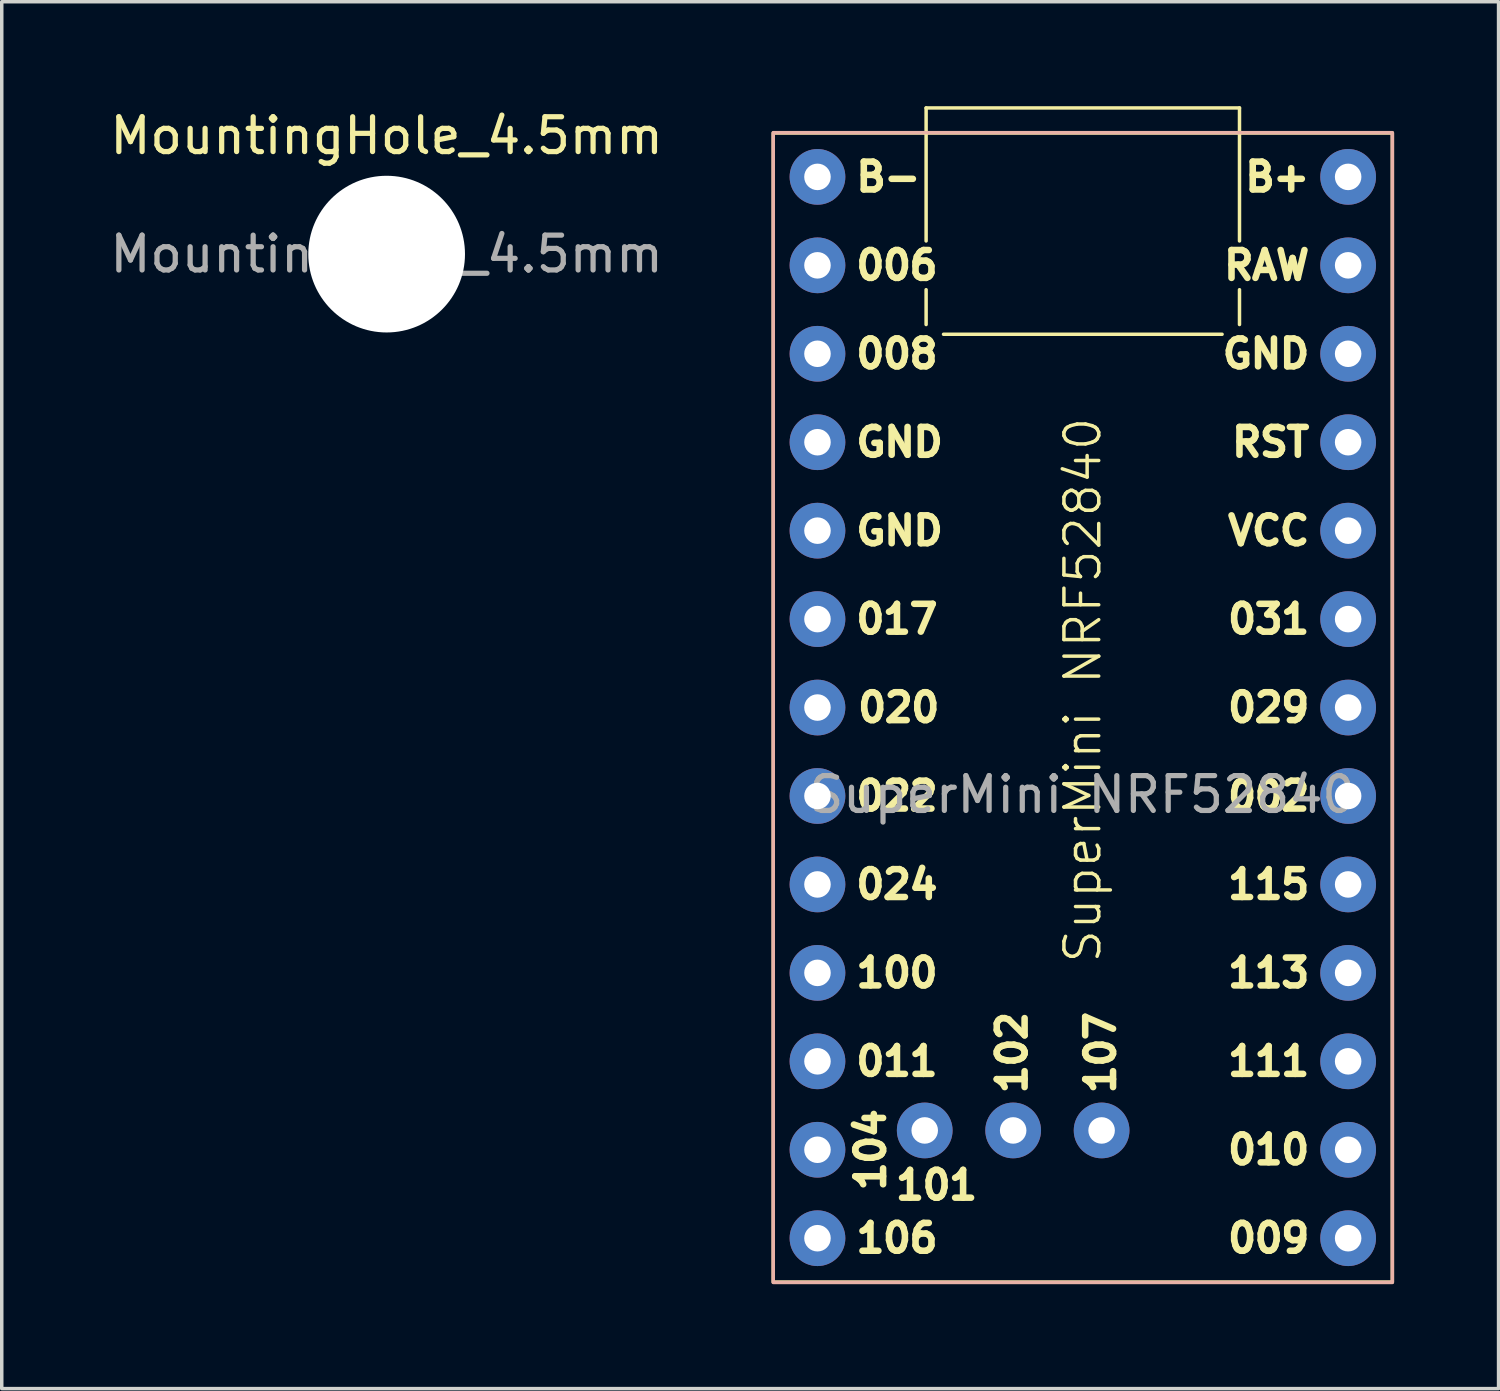
<source format=kicad_pcb>
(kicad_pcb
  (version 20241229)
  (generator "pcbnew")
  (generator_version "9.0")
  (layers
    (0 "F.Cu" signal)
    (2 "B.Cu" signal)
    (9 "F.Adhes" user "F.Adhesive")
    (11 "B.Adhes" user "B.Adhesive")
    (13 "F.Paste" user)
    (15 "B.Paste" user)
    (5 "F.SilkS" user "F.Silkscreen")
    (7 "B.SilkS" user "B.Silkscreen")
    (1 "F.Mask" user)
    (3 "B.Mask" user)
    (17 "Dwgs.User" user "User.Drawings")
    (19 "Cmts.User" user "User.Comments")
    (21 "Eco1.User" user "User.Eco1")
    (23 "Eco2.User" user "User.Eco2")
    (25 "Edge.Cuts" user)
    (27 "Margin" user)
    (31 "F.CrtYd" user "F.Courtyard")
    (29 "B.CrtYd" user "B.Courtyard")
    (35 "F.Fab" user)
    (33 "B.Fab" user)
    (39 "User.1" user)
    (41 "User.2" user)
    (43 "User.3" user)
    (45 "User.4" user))
  (footprint "SuperMini NRF52840"
    (layer "F.Cu")
    (at 28.047 17.27)
    (property "Reference" "SuperMini NRF52840" (at 0 -0.5 90) (unlocked yes) (layer "F.SilkS") (effects (font (size 1 1) (thickness 0.1))))
    (attr through_hole)
    (fp_line (start -4.5 -17.22) (end -4.5 -13.4) (stroke (width 0.1) (type default)) (layer "F.SilkS"))
    (fp_line (start -4.5 -17.22) (end 4.5 -17.22) (stroke (width 0.1) (type default)) (layer "F.SilkS"))
    (fp_line (start -4.5 -11) (end -4.5 -12) (stroke (width 0.1) (type default)) (layer "F.SilkS"))
    (fp_line (start -4 -10.72) (end 4 -10.72) (stroke (width 0.1) (type default)) (layer "F.SilkS"))
    (fp_line (start 4.5 -17.22) (end 4.5 -13.4) (stroke (width 0.1) (type default)) (layer "F.SilkS"))
    (fp_line (start 4.5 -11) (end 4.5 -12) (stroke (width 0.1) (type default)) (layer "F.SilkS"))
    (fp_rect (start -8.89 -16.5) (end 8.89 16.5) (stroke (width 0.1) (type solid)) (fill no) (layer "F.SilkS"))
    (fp_rect (start -8.89 -16.51) (end 8.89 16.51) (stroke (width 0.1) (type default)) (fill no) (layer "B.SilkS"))
    (fp_text user "102" (at -2.032 11.176 90) (unlocked yes) (layer "F.SilkS") (effects (font (size 0.8 0.8) (thickness 0.188) (bold yes)) (justify left)))
    (fp_text user "111" (at 6.604 10.16 0) (unlocked yes) (layer "F.SilkS") (effects (font (size 0.8 0.8) (thickness 0.188) (bold yes)) (justify right)))
    (fp_text user "GND" (at -6.604 -5.08 0) (unlocked yes) (layer "F.SilkS") (effects (font (size 0.8 0.8) (thickness 0.188) (bold yes)) (justify left)))
    (fp_text user "107" (at 0.508 11.176 90) (unlocked yes) (layer "F.SilkS") (effects (font (size 0.8 0.8) (thickness 0.188) (bold yes)) (justify left)))
    (fp_text user "101" (at -4.2 13.716 0) (unlocked yes) (layer "F.SilkS") (effects (font (size 0.8 0.8) (thickness 0.188) (bold yes))))
    (fp_text user "020" (at -6.553 0 0) (unlocked yes) (layer "F.SilkS") (effects (font (size 0.8 0.8) (thickness 0.188) (bold yes)) (justify left)))
    (fp_text user "002" (at 6.604 2.54 0) (unlocked yes) (layer "F.SilkS") (effects (font (size 0.8 0.8) (thickness 0.188) (bold yes)) (justify right)))
    (fp_text user "008" (at -6.604 -10.16 0) (unlocked yes) (layer "F.SilkS") (effects (font (size 0.8 0.8) (thickness 0.188) (bold yes)) (justify left)))
    (fp_text user "B+" (at 6.604 -15.24 0) (unlocked yes) (layer "F.SilkS") (effects (font (size 0.8 0.8) (thickness 0.188) (bold yes)) (justify right)))
    (fp_text user "B-" (at -6.604 -15.24 0) (unlocked yes) (layer "F.SilkS") (effects (font (size 0.8 0.8) (thickness 0.188) (bold yes)) (justify left)))
    (fp_text user "115" (at 6.604 5.08 0) (unlocked yes) (layer "F.SilkS") (effects (font (size 0.8 0.8) (thickness 0.188) (bold yes)) (justify right)))
    (fp_text user "100" (at -6.604 7.62 0) (unlocked yes) (layer "F.SilkS") (effects (font (size 0.8 0.8) (thickness 0.188) (bold yes)) (justify left)))
    (fp_text user "029" (at 6.604 0 0) (unlocked yes) (layer "F.SilkS") (effects (font (size 0.8 0.8) (thickness 0.188) (bold yes)) (justify right)))
    (fp_text user "024" (at -6.604 5.08 0) (unlocked yes) (layer "F.SilkS") (effects (font (size 0.8 0.8) (thickness 0.188) (bold yes)) (justify left)))
    (fp_text user "VCC" (at 6.604 -5.08 0) (unlocked yes) (layer "F.SilkS") (effects (font (size 0.8 0.8) (thickness 0.188) (bold yes)) (justify right)))
    (fp_text user "GND" (at 6.604 -10.16 0) (unlocked yes) (layer "F.SilkS") (effects (font (size 0.8 0.8) (thickness 0.188) (bold yes)) (justify right)))
    (fp_text user "RAW" (at 6.604 -12.7 0) (unlocked yes) (layer "F.SilkS") (effects (font (size 0.8 0.8) (thickness 0.188) (bold yes)) (justify right)))
    (fp_text user "010" (at 6.604 12.7 0) (unlocked yes) (layer "F.SilkS") (effects (font (size 0.8 0.8) (thickness 0.188) (bold yes)) (justify right)))
    (fp_text user "009" (at 6.604 15.24 0) (unlocked yes) (layer "F.SilkS") (effects (font (size 0.8 0.8) (thickness 0.188) (bold yes)) (justify right)))
    (fp_text user "113" (at 6.604 7.62 0) (unlocked yes) (layer "F.SilkS") (effects (font (size 0.8 0.8) (thickness 0.188) (bold yes)) (justify right)))
    (fp_text user "RST" (at 6.604 -7.62 0) (unlocked yes) (layer "F.SilkS") (effects (font (size 0.8 0.8) (thickness 0.188) (bold yes)) (justify right)))
    (fp_text user "GND" (at -6.604 -7.62 0) (unlocked yes) (layer "F.SilkS") (effects (font (size 0.8 0.8) (thickness 0.188) (bold yes)) (justify left)))
    (fp_text user "104" (at -6.096 12.7 90) (unlocked yes) (layer "F.SilkS") (effects (font (size 0.8 0.8) (thickness 0.188) (bold yes))))
    (fp_text user "106" (at -6.604 15.24 0) (unlocked yes) (layer "F.SilkS") (effects (font (size 0.8 0.8) (thickness 0.188) (bold yes)) (justify left)))
    (fp_text user "031" (at 6.604 -2.54 0) (unlocked yes) (layer "F.SilkS") (effects (font (size 0.8 0.8) (thickness 0.188) (bold yes)) (justify right)))
    (fp_text user "022" (at -6.604 2.54 0) (unlocked yes) (layer "F.SilkS") (effects (font (size 0.8 0.8) (thickness 0.188) (bold yes)) (justify left)))
    (fp_text user "006" (at -6.604 -12.7 0) (unlocked yes) (layer "F.SilkS") (effects (font (size 0.8 0.8) (thickness 0.188) (bold yes)) (justify left)))
    (fp_text user "017" (at -6.604 -2.54 0) (unlocked yes) (layer "F.SilkS") (effects (font (size 0.8 0.8) (thickness 0.188) (bold yes)) (justify left)))
    (fp_text user "011" (at -6.604 10.16 0) (unlocked yes) (layer "F.SilkS") (effects (font (size 0.8 0.8) (thickness 0.188) (bold yes)) (justify left)))
    (fp_text user "${REFERENCE}" (at 0 2.5 0) (unlocked yes) (layer "F.Fab") (effects (font (size 1 1) (thickness 0.15))))
    (pad "1" thru_hole circle (at -7.62 -15.24) (size 1.6 1.6) (drill 0.762) (layers "*.Cu" "*.Mask"))
    (pad "2" thru_hole circle (at -7.62 -12.7) (size 1.6 1.6) (drill 0.762) (layers "*.Cu" "*.Mask"))
    (pad "3" thru_hole circle (at -7.62 -10.16) (size 1.6 1.6) (drill 0.762) (layers "*.Cu" "*.Mask"))
    (pad "4" thru_hole circle (at -7.62 -7.62) (size 1.6 1.6) (drill 0.762) (layers "*.Cu" "*.Mask"))
    (pad "5" thru_hole circle (at -7.62 -5.08) (size 1.6 1.6) (drill 0.762) (layers "*.Cu" "*.Mask"))
    (pad "6" thru_hole circle (at -7.62 -2.54) (size 1.6 1.6) (drill 0.762) (layers "*.Cu" "*.Mask"))
    (pad "7" thru_hole circle (at -7.62 0) (size 1.6 1.6) (drill 0.762) (layers "*.Cu" "*.Mask"))
    (pad "8" thru_hole circle (at -7.62 2.54) (size 1.6 1.6) (drill 0.762) (layers "*.Cu" "*.Mask"))
    (pad "9" thru_hole circle (at -7.62 5.08) (size 1.6 1.6) (drill 0.762) (layers "*.Cu" "*.Mask"))
    (pad "10" thru_hole circle (at -7.62 7.62) (size 1.6 1.6) (drill 0.762) (layers "*.Cu" "*.Mask"))
    (pad "11" thru_hole circle (at -7.62 10.16) (size 1.6 1.6) (drill 0.762) (layers "*.Cu" "*.Mask"))
    (pad "12" thru_hole circle (at -7.62 12.7) (size 1.6 1.6) (drill 0.762) (layers "*.Cu" "*.Mask"))
    (pad "13" thru_hole circle (at -7.62 15.24) (size 1.6 1.6) (drill 0.762) (layers "*.Cu" "*.Mask"))
    (pad "14" thru_hole circle (at 7.62 -15.24) (size 1.6 1.6) (drill 0.762) (layers "*.Cu" "*.Mask"))
    (pad "15" thru_hole circle (at 7.62 -12.7) (size 1.6 1.6) (drill 0.762) (layers "*.Cu" "*.Mask"))
    (pad "16" thru_hole circle (at 7.62 -10.16) (size 1.6 1.6) (drill 0.762) (layers "*.Cu" "*.Mask"))
    (pad "17" thru_hole circle (at 7.62 -7.62) (size 1.6 1.6) (drill 0.762) (layers "*.Cu" "*.Mask"))
    (pad "18" thru_hole circle (at 7.62 -5.08) (size 1.6 1.6) (drill 0.762) (layers "*.Cu" "*.Mask"))
    (pad "19" thru_hole circle (at 7.62 -2.54) (size 1.6 1.6) (drill 0.762) (layers "*.Cu" "*.Mask"))
    (pad "20" thru_hole circle (at 7.62 0) (size 1.6 1.6) (drill 0.762) (layers "*.Cu" "*.Mask"))
    (pad "21" thru_hole circle (at 7.62 2.54) (size 1.6 1.6) (drill 0.762) (layers "*.Cu" "*.Mask"))
    (pad "22" thru_hole circle (at 7.62 5.08) (size 1.6 1.6) (drill 0.762) (layers "*.Cu" "*.Mask"))
    (pad "23" thru_hole circle (at 7.62 7.62) (size 1.6 1.6) (drill 0.762) (layers "*.Cu" "*.Mask"))
    (pad "24" thru_hole circle (at 7.62 10.16) (size 1.6 1.6) (drill 0.762) (layers "*.Cu" "*.Mask"))
    (pad "25" thru_hole circle (at 7.62 12.7) (size 1.6 1.6) (drill 0.762) (layers "*.Cu" "*.Mask"))
    (pad "26" thru_hole circle (at 7.62 15.24) (size 1.6 1.6) (drill 0.762) (layers "*.Cu" "*.Mask"))
    (pad "27" thru_hole circle (at -4.54 12.145) (size 1.6 1.6) (drill 0.762) (layers "*.Cu" "*.Mask"))
    (pad "28" thru_hole circle (at -2 12.145) (size 1.6 1.6) (drill 0.762) (layers "*.Cu" "*.Mask"))
    (pad "29" thru_hole circle (at 0.54 12.145) (size 1.6 1.6) (drill 0.762) (layers "*.Cu" "*.Mask")))
  (footprint "MountingHole_4.5mm"
    (layer "F.Cu")
    (at 8.054 4.248)
    (property "Reference" "MountingHole_4.5mm" (at 0 -3.4 0) (layer "F.SilkS") (effects (font (size 1 1) (thickness 0.15))))
    (attr exclude_from_pos_files exclude_from_bom)
    (fp_text user "${REFERENCE}" (at 0 0 0) (layer "F.Fab") (effects (font (size 1 1) (thickness 0.15))))
    (pad "" np_thru_hole circle (at 0 0) (size 4.5 4.5) (drill 4.5) (layers "*.Cu" "*.Mask")))
  (gr_rect
    (start -3 -3)
    (end 39.987 36.83)
    (stroke (width 0.1) (type default))
    (fill no)
    (layer "Edge.Cuts")))
</source>
